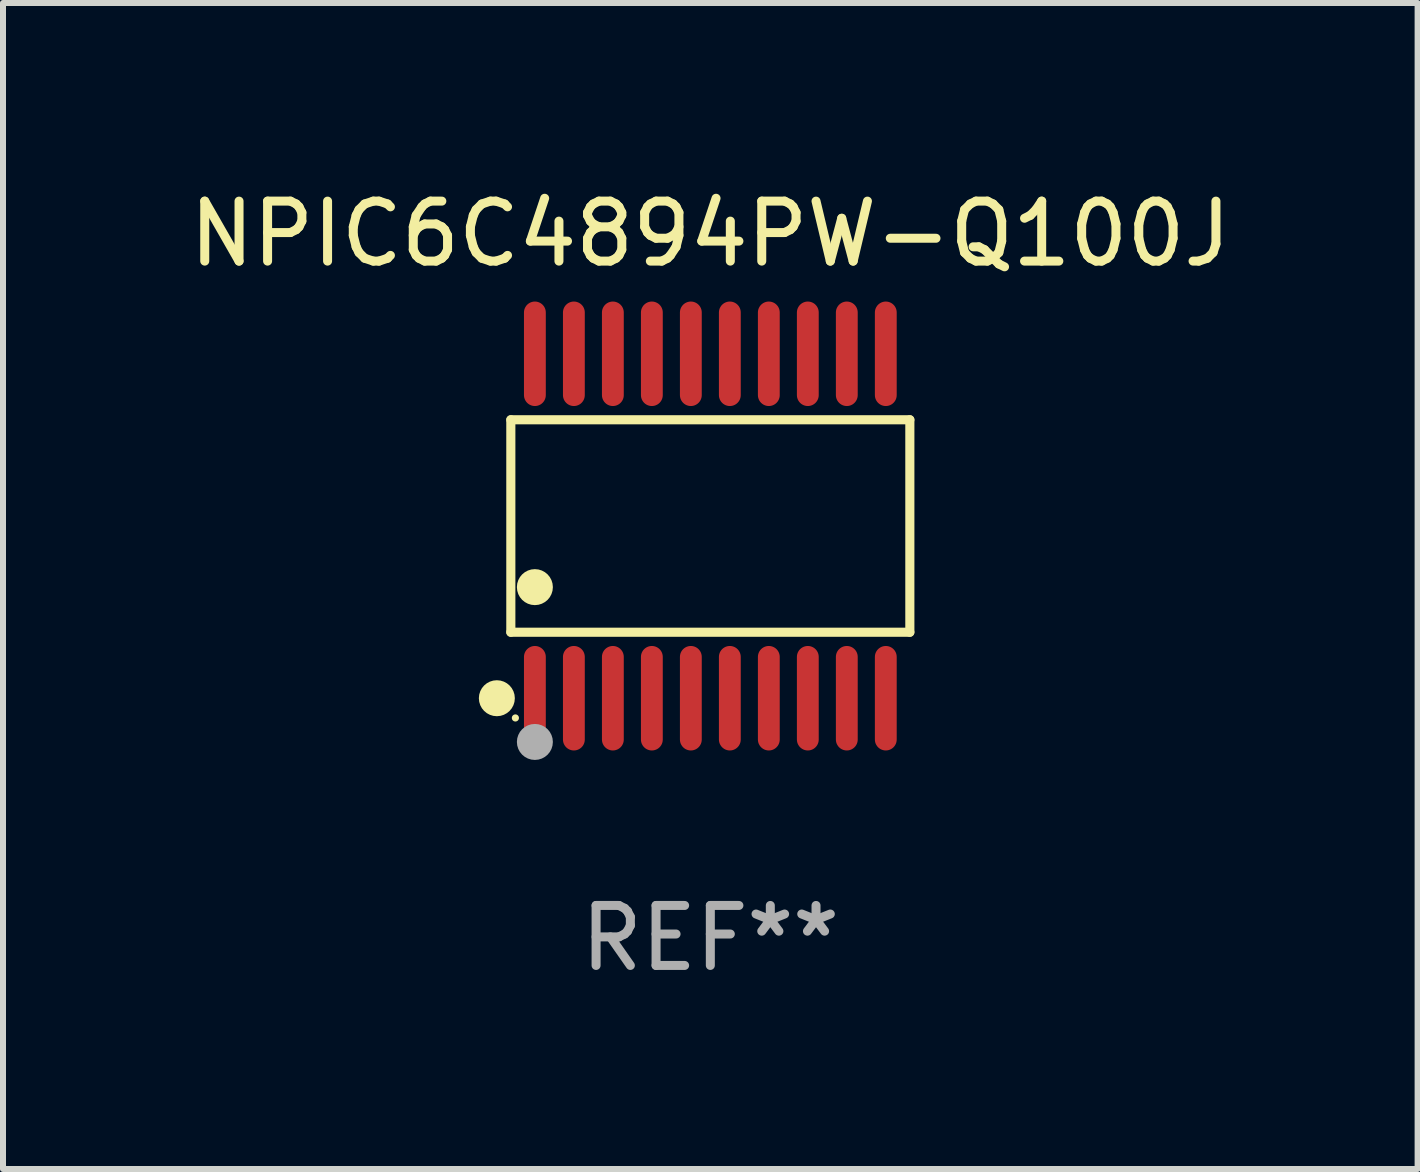
<source format=kicad_pcb>
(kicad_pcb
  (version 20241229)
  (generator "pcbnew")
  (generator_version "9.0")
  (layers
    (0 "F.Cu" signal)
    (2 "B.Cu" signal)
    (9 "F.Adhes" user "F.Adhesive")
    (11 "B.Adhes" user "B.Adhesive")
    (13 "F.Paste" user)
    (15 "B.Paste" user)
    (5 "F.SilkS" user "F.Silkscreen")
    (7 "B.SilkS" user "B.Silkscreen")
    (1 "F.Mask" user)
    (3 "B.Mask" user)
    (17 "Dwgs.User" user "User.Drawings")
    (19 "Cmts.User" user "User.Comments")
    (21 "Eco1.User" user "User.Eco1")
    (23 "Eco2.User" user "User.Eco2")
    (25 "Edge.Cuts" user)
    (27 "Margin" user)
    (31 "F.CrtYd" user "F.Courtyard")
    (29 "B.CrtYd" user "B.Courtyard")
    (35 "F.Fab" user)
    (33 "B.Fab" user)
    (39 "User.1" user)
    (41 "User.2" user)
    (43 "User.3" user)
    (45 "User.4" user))
  (footprint "NPIC6C4894PW-Q100J"
    (layer "F.Cu")
    (at 8.792 5.719)
    (property "Reference" "NPIC6C4894PW-Q100J" (at 0 -4.871 0) (layer "F.SilkS") (effects (font (size 1 1) (thickness 0.15))))
    (attr through_hole)
    (fp_line (start -3.326 -1.771) (end 3.326 -1.771) (stroke (width 0.152) (type solid)) (layer "F.SilkS"))
    (fp_line (start -3.326 1.771) (end -3.326 -1.771) (stroke (width 0.152) (type solid)) (layer "F.SilkS"))
    (fp_line (start 3.326 -1.771) (end 3.326 1.771) (stroke (width 0.152) (type solid)) (layer "F.SilkS"))
    (fp_line (start 3.326 1.771) (end -3.326 1.771) (stroke (width 0.152) (type solid)) (layer "F.SilkS"))
    (fp_circle (center -3.559 2.871) (end -3.409 2.871) (stroke (width 0.3) (type solid)) (fill no) (layer "F.SilkS"))
    (fp_circle (center -3.25 3.2) (end -3.22 3.2) (stroke (width 0.06) (type solid)) (fill no) (layer "F.SilkS"))
    (fp_circle (center -2.925 1.019) (end -2.775 1.019) (stroke (width 0.3) (type solid)) (fill no) (layer "F.SilkS"))
    (fp_circle (center -2.925 3.6) (end -2.775 3.6) (stroke (width 0.3) (type solid)) (fill no) (layer "F.Fab"))
    (fp_text user "REF**" (at 0 6.871 0) (layer "F.Fab") (effects (font (size 1 1) (thickness 0.15))))
    (pad "1" smd oval (at -2.925 2.871) (size 0.364 1.742) (layers "F.Cu" "F.Mask" "F.Paste"))
    (pad "2" smd oval (at -2.275 2.871) (size 0.364 1.742) (layers "F.Cu" "F.Mask" "F.Paste"))
    (pad "3" smd oval (at -1.625 2.871) (size 0.364 1.742) (layers "F.Cu" "F.Mask" "F.Paste"))
    (pad "4" smd oval (at -0.975 2.871) (size 0.364 1.742) (layers "F.Cu" "F.Mask" "F.Paste"))
    (pad "5" smd oval (at -0.325 2.871) (size 0.364 1.742) (layers "F.Cu" "F.Mask" "F.Paste"))
    (pad "6" smd oval (at 0.325 2.871) (size 0.364 1.742) (layers "F.Cu" "F.Mask" "F.Paste"))
    (pad "7" smd oval (at 0.975 2.871) (size 0.364 1.742) (layers "F.Cu" "F.Mask" "F.Paste"))
    (pad "8" smd oval (at 1.625 2.871) (size 0.364 1.742) (layers "F.Cu" "F.Mask" "F.Paste"))
    (pad "9" smd oval (at 2.275 2.871) (size 0.364 1.742) (layers "F.Cu" "F.Mask" "F.Paste"))
    (pad "10" smd oval (at 2.925 2.871) (size 0.364 1.742) (layers "F.Cu" "F.Mask" "F.Paste"))
    (pad "11" smd oval (at 2.925 -2.871) (size 0.364 1.742) (layers "F.Cu" "F.Mask" "F.Paste"))
    (pad "12" smd oval (at 2.275 -2.871) (size 0.364 1.742) (layers "F.Cu" "F.Mask" "F.Paste"))
    (pad "13" smd oval (at 1.625 -2.871) (size 0.364 1.742) (layers "F.Cu" "F.Mask" "F.Paste"))
    (pad "14" smd oval (at 0.975 -2.871) (size 0.364 1.742) (layers "F.Cu" "F.Mask" "F.Paste"))
    (pad "15" smd oval (at 0.325 -2.871) (size 0.364 1.742) (layers "F.Cu" "F.Mask" "F.Paste"))
    (pad "16" smd oval (at -0.325 -2.871) (size 0.364 1.742) (layers "F.Cu" "F.Mask" "F.Paste"))
    (pad "17" smd oval (at -0.975 -2.871) (size 0.364 1.742) (layers "F.Cu" "F.Mask" "F.Paste"))
    (pad "18" smd oval (at -1.625 -2.871) (size 0.364 1.742) (layers "F.Cu" "F.Mask" "F.Paste"))
    (pad "19" smd oval (at -2.275 -2.871) (size 0.364 1.742) (layers "F.Cu" "F.Mask" "F.Paste"))
    (pad "20" smd oval (at -2.925 -2.871) (size 0.364 1.742) (layers "F.Cu" "F.Mask" "F.Paste")))
  (gr_rect
    (start -3 -3)
    (end 20.583 16.438)
    (stroke (width 0.1) (type default))
    (fill no)
    (layer "Edge.Cuts")))
</source>
